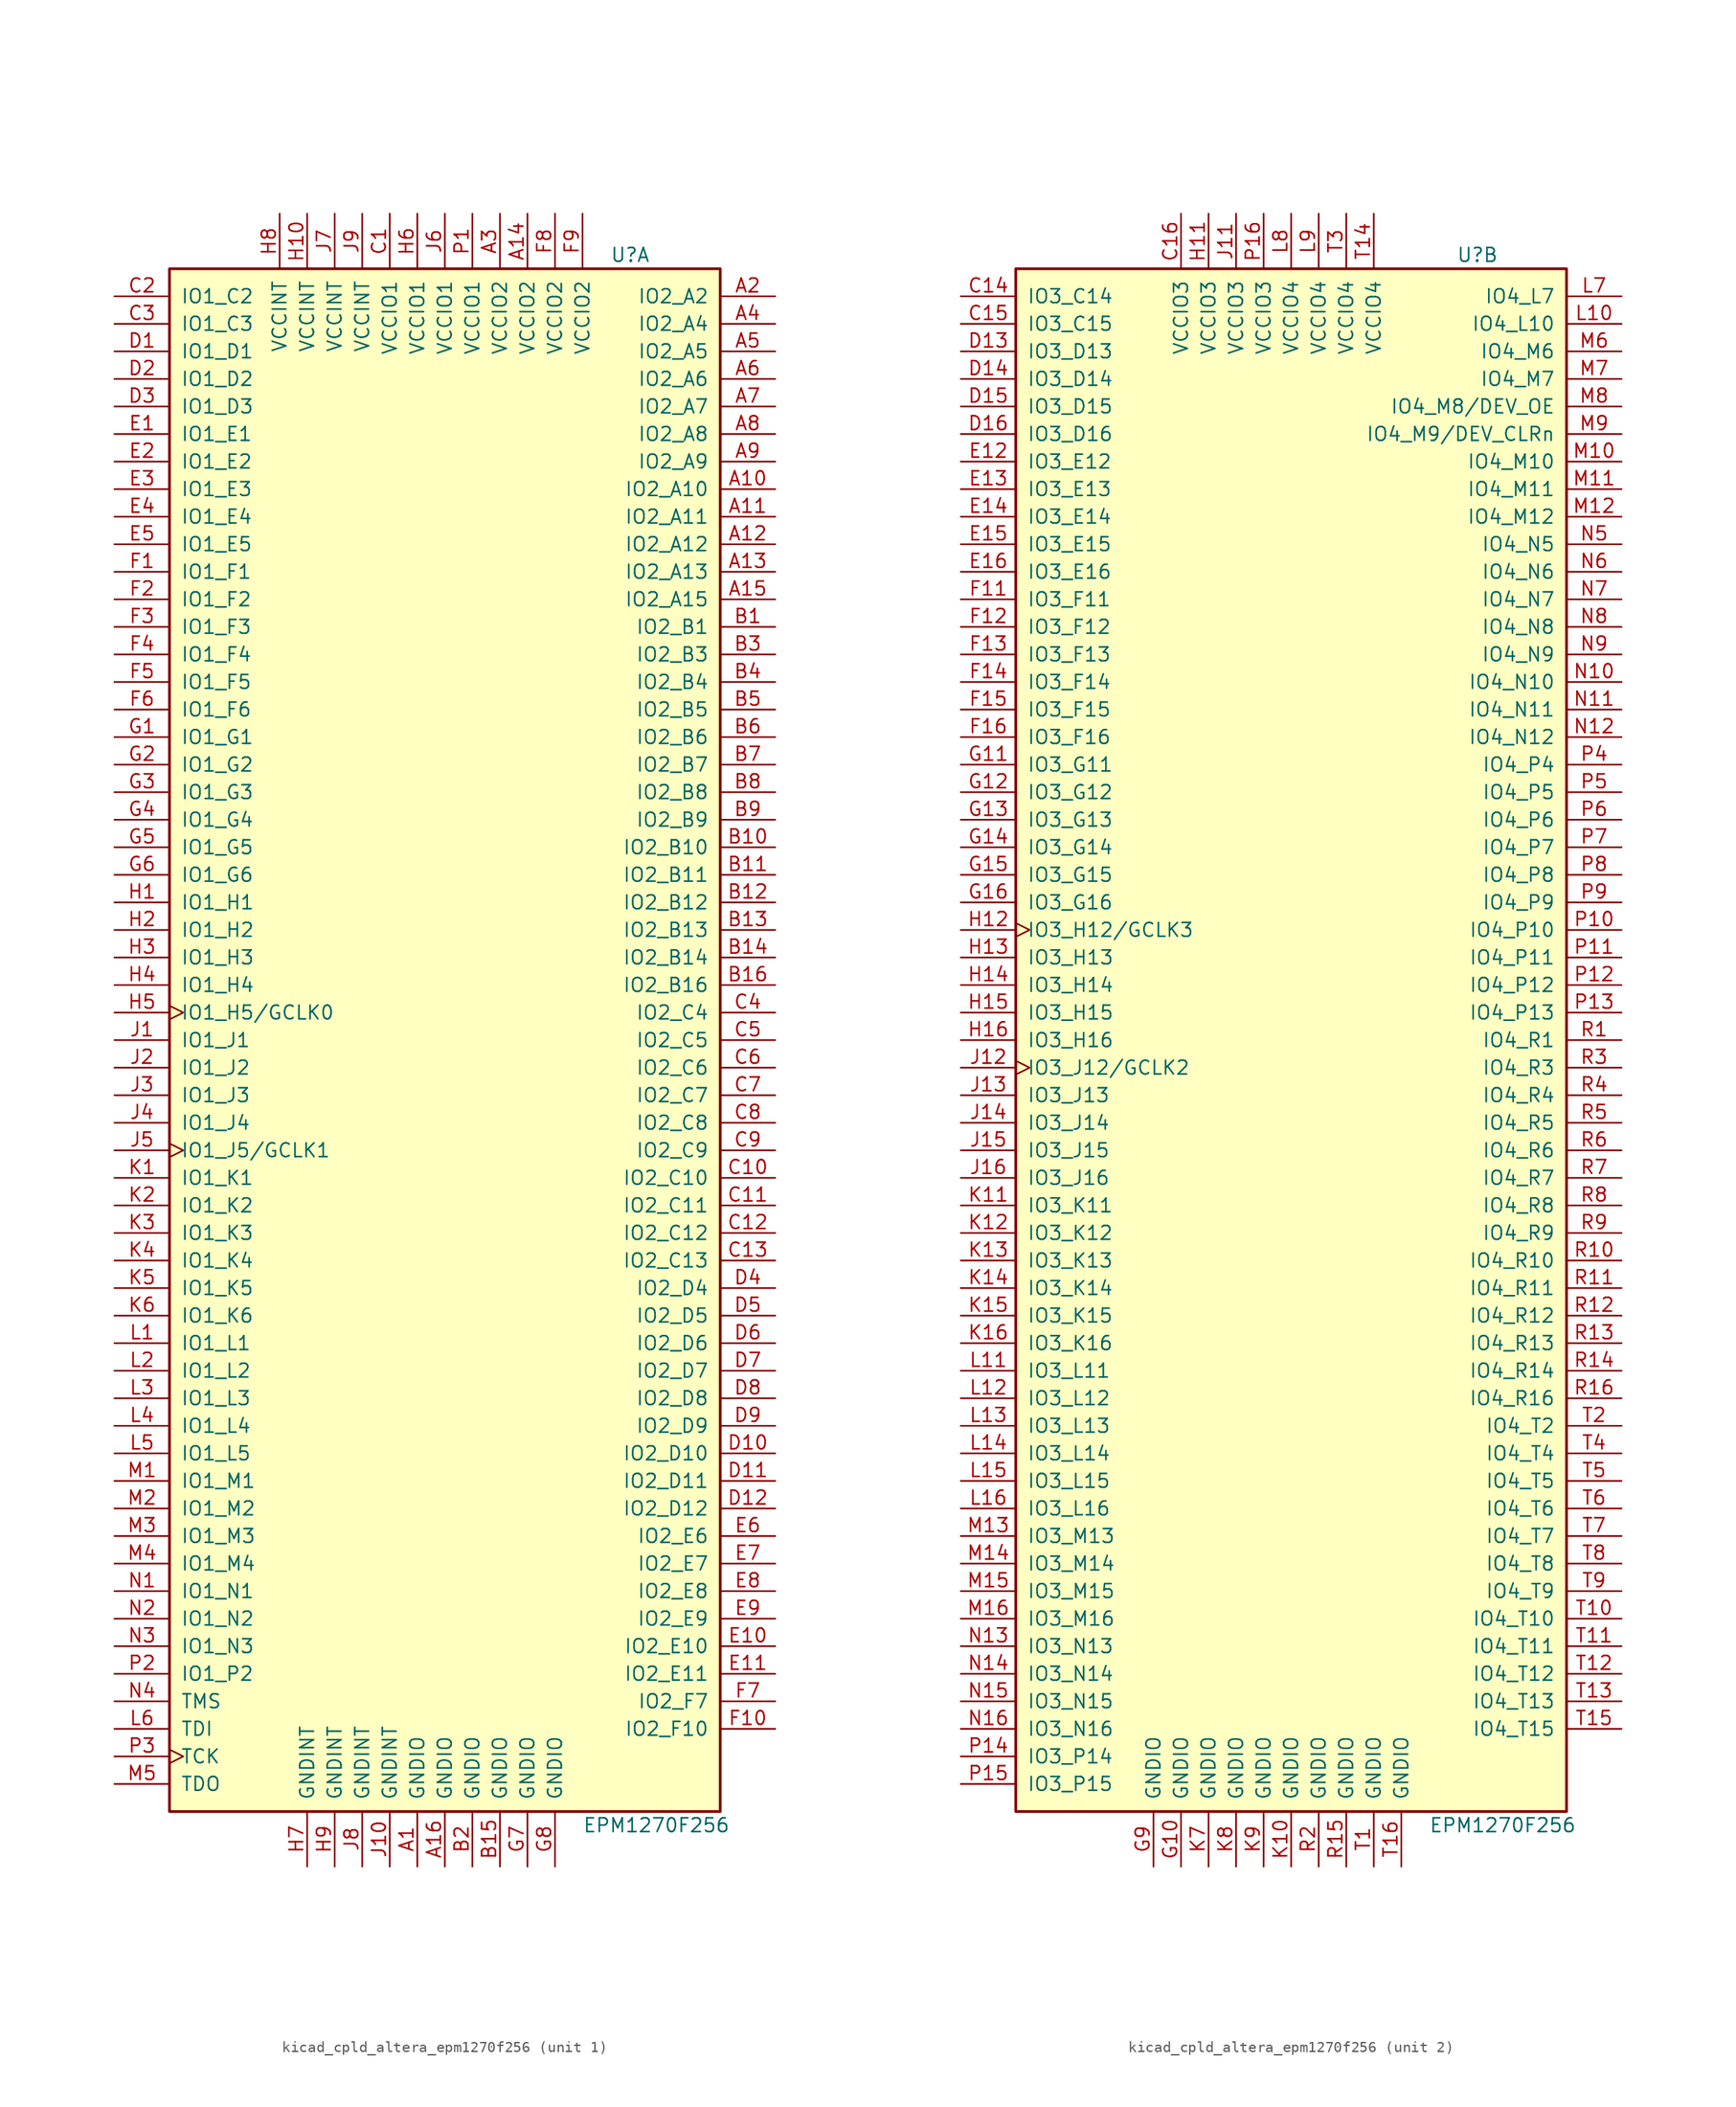
<source format=kicad_sym>
(kicad_symbol_lib
  (version 20220914)
  (generator kicad_symbol_editor)
  (symbol "kicad_cpld_altera_epm1270f256"
    (pin_names
      (offset 1.016))
    (property "Reference" "U"
      (at 15.24 72.39 0)
      (effects (font (size 1.27 1.27)) (justify left)))
    (property "Value" "EPM1270F256"
      (at 12.7 -72.39 0)
      (effects (font (size 1.27 1.27)) (justify left)))
    (property "ki_locked" ""
      (at 0 0 0)
      (effects (font (size 1.27 1.27))))
    (symbol "kicad_cpld_altera_epm1270f256_1_1"
      (rectangle (start -25.4 71.12) (end 25.4 -71.12) (stroke (width 0.254) (type default)) (fill (type background)))
      (pin power_in line (at -2.54 -76.2 90) (length 5.08) (name "GNDIO" (effects (font (size 1.27 1.27)))) (number "A1" (effects (font (size 1.27 1.27)))))
      (pin bidirectional line (at 30.48 50.8 180) (length 5.08) (name "IO2_A10" (effects (font (size 1.27 1.27)))) (number "A10" (effects (font (size 1.27 1.27)))))
      (pin bidirectional line (at 30.48 48.26 180) (length 5.08) (name "IO2_A11" (effects (font (size 1.27 1.27)))) (number "A11" (effects (font (size 1.27 1.27)))))
      (pin bidirectional line (at 30.48 45.72 180) (length 5.08) (name "IO2_A12" (effects (font (size 1.27 1.27)))) (number "A12" (effects (font (size 1.27 1.27)))))
      (pin bidirectional line (at 30.48 43.18 180) (length 5.08) (name "IO2_A13" (effects (font (size 1.27 1.27)))) (number "A13" (effects (font (size 1.27 1.27)))))
      (pin power_in line (at 7.62 76.2 270) (length 5.08) (name "VCCIO2" (effects (font (size 1.27 1.27)))) (number "A14" (effects (font (size 1.27 1.27)))))
      (pin bidirectional line (at 30.48 40.64 180) (length 5.08) (name "IO2_A15" (effects (font (size 1.27 1.27)))) (number "A15" (effects (font (size 1.27 1.27)))))
      (pin power_in line (at 0 -76.2 90) (length 5.08) (name "GNDIO" (effects (font (size 1.27 1.27)))) (number "A16" (effects (font (size 1.27 1.27)))))
      (pin bidirectional line (at 30.48 68.58 180) (length 5.08) (name "IO2_A2" (effects (font (size 1.27 1.27)))) (number "A2" (effects (font (size 1.27 1.27)))))
      (pin power_in line (at 5.08 76.2 270) (length 5.08) (name "VCCIO2" (effects (font (size 1.27 1.27)))) (number "A3" (effects (font (size 1.27 1.27)))))
      (pin bidirectional line (at 30.48 66.04 180) (length 5.08) (name "IO2_A4" (effects (font (size 1.27 1.27)))) (number "A4" (effects (font (size 1.27 1.27)))))
      (pin bidirectional line (at 30.48 63.5 180) (length 5.08) (name "IO2_A5" (effects (font (size 1.27 1.27)))) (number "A5" (effects (font (size 1.27 1.27)))))
      (pin bidirectional line (at 30.48 60.96 180) (length 5.08) (name "IO2_A6" (effects (font (size 1.27 1.27)))) (number "A6" (effects (font (size 1.27 1.27)))))
      (pin bidirectional line (at 30.48 58.42 180) (length 5.08) (name "IO2_A7" (effects (font (size 1.27 1.27)))) (number "A7" (effects (font (size 1.27 1.27)))))
      (pin bidirectional line (at 30.48 55.88 180) (length 5.08) (name "IO2_A8" (effects (font (size 1.27 1.27)))) (number "A8" (effects (font (size 1.27 1.27)))))
      (pin bidirectional line (at 30.48 53.34 180) (length 5.08) (name "IO2_A9" (effects (font (size 1.27 1.27)))) (number "A9" (effects (font (size 1.27 1.27)))))
      (pin bidirectional line (at 30.48 38.1 180) (length 5.08) (name "IO2_B1" (effects (font (size 1.27 1.27)))) (number "B1" (effects (font (size 1.27 1.27)))))
      (pin bidirectional line (at 30.48 17.78 180) (length 5.08) (name "IO2_B10" (effects (font (size 1.27 1.27)))) (number "B10" (effects (font (size 1.27 1.27)))))
      (pin bidirectional line (at 30.48 15.24 180) (length 5.08) (name "IO2_B11" (effects (font (size 1.27 1.27)))) (number "B11" (effects (font (size 1.27 1.27)))))
      (pin bidirectional line (at 30.48 12.7 180) (length 5.08) (name "IO2_B12" (effects (font (size 1.27 1.27)))) (number "B12" (effects (font (size 1.27 1.27)))))
      (pin bidirectional line (at 30.48 10.16 180) (length 5.08) (name "IO2_B13" (effects (font (size 1.27 1.27)))) (number "B13" (effects (font (size 1.27 1.27)))))
      (pin bidirectional line (at 30.48 7.62 180) (length 5.08) (name "IO2_B14" (effects (font (size 1.27 1.27)))) (number "B14" (effects (font (size 1.27 1.27)))))
      (pin power_in line (at 5.08 -76.2 90) (length 5.08) (name "GNDIO" (effects (font (size 1.27 1.27)))) (number "B15" (effects (font (size 1.27 1.27)))))
      (pin bidirectional line (at 30.48 5.08 180) (length 5.08) (name "IO2_B16" (effects (font (size 1.27 1.27)))) (number "B16" (effects (font (size 1.27 1.27)))))
      (pin power_in line (at 2.54 -76.2 90) (length 5.08) (name "GNDIO" (effects (font (size 1.27 1.27)))) (number "B2" (effects (font (size 1.27 1.27)))))
      (pin bidirectional line (at 30.48 35.56 180) (length 5.08) (name "IO2_B3" (effects (font (size 1.27 1.27)))) (number "B3" (effects (font (size 1.27 1.27)))))
      (pin bidirectional line (at 30.48 33.02 180) (length 5.08) (name "IO2_B4" (effects (font (size 1.27 1.27)))) (number "B4" (effects (font (size 1.27 1.27)))))
      (pin bidirectional line (at 30.48 30.48 180) (length 5.08) (name "IO2_B5" (effects (font (size 1.27 1.27)))) (number "B5" (effects (font (size 1.27 1.27)))))
      (pin bidirectional line (at 30.48 27.94 180) (length 5.08) (name "IO2_B6" (effects (font (size 1.27 1.27)))) (number "B6" (effects (font (size 1.27 1.27)))))
      (pin bidirectional line (at 30.48 25.4 180) (length 5.08) (name "IO2_B7" (effects (font (size 1.27 1.27)))) (number "B7" (effects (font (size 1.27 1.27)))))
      (pin bidirectional line (at 30.48 22.86 180) (length 5.08) (name "IO2_B8" (effects (font (size 1.27 1.27)))) (number "B8" (effects (font (size 1.27 1.27)))))
      (pin bidirectional line (at 30.48 20.32 180) (length 5.08) (name "IO2_B9" (effects (font (size 1.27 1.27)))) (number "B9" (effects (font (size 1.27 1.27)))))
      (pin power_in line (at -5.08 76.2 270) (length 5.08) (name "VCCIO1" (effects (font (size 1.27 1.27)))) (number "C1" (effects (font (size 1.27 1.27)))))
      (pin bidirectional line (at 30.48 -12.7 180) (length 5.08) (name "IO2_C10" (effects (font (size 1.27 1.27)))) (number "C10" (effects (font (size 1.27 1.27)))))
      (pin bidirectional line (at 30.48 -15.24 180) (length 5.08) (name "IO2_C11" (effects (font (size 1.27 1.27)))) (number "C11" (effects (font (size 1.27 1.27)))))
      (pin bidirectional line (at 30.48 -17.78 180) (length 5.08) (name "IO2_C12" (effects (font (size 1.27 1.27)))) (number "C12" (effects (font (size 1.27 1.27)))))
      (pin bidirectional line (at 30.48 -20.32 180) (length 5.08) (name "IO2_C13" (effects (font (size 1.27 1.27)))) (number "C13" (effects (font (size 1.27 1.27)))))
      (pin bidirectional line (at -30.48 68.58 0) (length 5.08) (name "IO1_C2" (effects (font (size 1.27 1.27)))) (number "C2" (effects (font (size 1.27 1.27)))))
      (pin bidirectional line (at -30.48 66.04 0) (length 5.08) (name "IO1_C3" (effects (font (size 1.27 1.27)))) (number "C3" (effects (font (size 1.27 1.27)))))
      (pin bidirectional line (at 30.48 2.54 180) (length 5.08) (name "IO2_C4" (effects (font (size 1.27 1.27)))) (number "C4" (effects (font (size 1.27 1.27)))))
      (pin bidirectional line (at 30.48 0 180) (length 5.08) (name "IO2_C5" (effects (font (size 1.27 1.27)))) (number "C5" (effects (font (size 1.27 1.27)))))
      (pin bidirectional line (at 30.48 -2.54 180) (length 5.08) (name "IO2_C6" (effects (font (size 1.27 1.27)))) (number "C6" (effects (font (size 1.27 1.27)))))
      (pin bidirectional line (at 30.48 -5.08 180) (length 5.08) (name "IO2_C7" (effects (font (size 1.27 1.27)))) (number "C7" (effects (font (size 1.27 1.27)))))
      (pin bidirectional line (at 30.48 -7.62 180) (length 5.08) (name "IO2_C8" (effects (font (size 1.27 1.27)))) (number "C8" (effects (font (size 1.27 1.27)))))
      (pin bidirectional line (at 30.48 -10.16 180) (length 5.08) (name "IO2_C9" (effects (font (size 1.27 1.27)))) (number "C9" (effects (font (size 1.27 1.27)))))
      (pin bidirectional line (at -30.48 63.5 0) (length 5.08) (name "IO1_D1" (effects (font (size 1.27 1.27)))) (number "D1" (effects (font (size 1.27 1.27)))))
      (pin bidirectional line (at 30.48 -38.1 180) (length 5.08) (name "IO2_D10" (effects (font (size 1.27 1.27)))) (number "D10" (effects (font (size 1.27 1.27)))))
      (pin bidirectional line (at 30.48 -40.64 180) (length 5.08) (name "IO2_D11" (effects (font (size 1.27 1.27)))) (number "D11" (effects (font (size 1.27 1.27)))))
      (pin bidirectional line (at 30.48 -43.18 180) (length 5.08) (name "IO2_D12" (effects (font (size 1.27 1.27)))) (number "D12" (effects (font (size 1.27 1.27)))))
      (pin bidirectional line (at -30.48 60.96 0) (length 5.08) (name "IO1_D2" (effects (font (size 1.27 1.27)))) (number "D2" (effects (font (size 1.27 1.27)))))
      (pin bidirectional line (at -30.48 58.42 0) (length 5.08) (name "IO1_D3" (effects (font (size 1.27 1.27)))) (number "D3" (effects (font (size 1.27 1.27)))))
      (pin bidirectional line (at 30.48 -22.86 180) (length 5.08) (name "IO2_D4" (effects (font (size 1.27 1.27)))) (number "D4" (effects (font (size 1.27 1.27)))))
      (pin bidirectional line (at 30.48 -25.4 180) (length 5.08) (name "IO2_D5" (effects (font (size 1.27 1.27)))) (number "D5" (effects (font (size 1.27 1.27)))))
      (pin bidirectional line (at 30.48 -27.94 180) (length 5.08) (name "IO2_D6" (effects (font (size 1.27 1.27)))) (number "D6" (effects (font (size 1.27 1.27)))))
      (pin bidirectional line (at 30.48 -30.48 180) (length 5.08) (name "IO2_D7" (effects (font (size 1.27 1.27)))) (number "D7" (effects (font (size 1.27 1.27)))))
      (pin bidirectional line (at 30.48 -33.02 180) (length 5.08) (name "IO2_D8" (effects (font (size 1.27 1.27)))) (number "D8" (effects (font (size 1.27 1.27)))))
      (pin bidirectional line (at 30.48 -35.56 180) (length 5.08) (name "IO2_D9" (effects (font (size 1.27 1.27)))) (number "D9" (effects (font (size 1.27 1.27)))))
      (pin bidirectional line (at -30.48 55.88 0) (length 5.08) (name "IO1_E1" (effects (font (size 1.27 1.27)))) (number "E1" (effects (font (size 1.27 1.27)))))
      (pin bidirectional line (at 30.48 -55.88 180) (length 5.08) (name "IO2_E10" (effects (font (size 1.27 1.27)))) (number "E10" (effects (font (size 1.27 1.27)))))
      (pin bidirectional line (at 30.48 -58.42 180) (length 5.08) (name "IO2_E11" (effects (font (size 1.27 1.27)))) (number "E11" (effects (font (size 1.27 1.27)))))
      (pin bidirectional line (at -30.48 53.34 0) (length 5.08) (name "IO1_E2" (effects (font (size 1.27 1.27)))) (number "E2" (effects (font (size 1.27 1.27)))))
      (pin bidirectional line (at -30.48 50.8 0) (length 5.08) (name "IO1_E3" (effects (font (size 1.27 1.27)))) (number "E3" (effects (font (size 1.27 1.27)))))
      (pin bidirectional line (at -30.48 48.26 0) (length 5.08) (name "IO1_E4" (effects (font (size 1.27 1.27)))) (number "E4" (effects (font (size 1.27 1.27)))))
      (pin bidirectional line (at -30.48 45.72 0) (length 5.08) (name "IO1_E5" (effects (font (size 1.27 1.27)))) (number "E5" (effects (font (size 1.27 1.27)))))
      (pin bidirectional line (at 30.48 -45.72 180) (length 5.08) (name "IO2_E6" (effects (font (size 1.27 1.27)))) (number "E6" (effects (font (size 1.27 1.27)))))
      (pin bidirectional line (at 30.48 -48.26 180) (length 5.08) (name "IO2_E7" (effects (font (size 1.27 1.27)))) (number "E7" (effects (font (size 1.27 1.27)))))
      (pin bidirectional line (at 30.48 -50.8 180) (length 5.08) (name "IO2_E8" (effects (font (size 1.27 1.27)))) (number "E8" (effects (font (size 1.27 1.27)))))
      (pin bidirectional line (at 30.48 -53.34 180) (length 5.08) (name "IO2_E9" (effects (font (size 1.27 1.27)))) (number "E9" (effects (font (size 1.27 1.27)))))
      (pin bidirectional line (at -30.48 43.18 0) (length 5.08) (name "IO1_F1" (effects (font (size 1.27 1.27)))) (number "F1" (effects (font (size 1.27 1.27)))))
      (pin bidirectional line (at 30.48 -63.5 180) (length 5.08) (name "IO2_F10" (effects (font (size 1.27 1.27)))) (number "F10" (effects (font (size 1.27 1.27)))))
      (pin bidirectional line (at -30.48 40.64 0) (length 5.08) (name "IO1_F2" (effects (font (size 1.27 1.27)))) (number "F2" (effects (font (size 1.27 1.27)))))
      (pin bidirectional line (at -30.48 38.1 0) (length 5.08) (name "IO1_F3" (effects (font (size 1.27 1.27)))) (number "F3" (effects (font (size 1.27 1.27)))))
      (pin bidirectional line (at -30.48 35.56 0) (length 5.08) (name "IO1_F4" (effects (font (size 1.27 1.27)))) (number "F4" (effects (font (size 1.27 1.27)))))
      (pin bidirectional line (at -30.48 33.02 0) (length 5.08) (name "IO1_F5" (effects (font (size 1.27 1.27)))) (number "F5" (effects (font (size 1.27 1.27)))))
      (pin bidirectional line (at -30.48 30.48 0) (length 5.08) (name "IO1_F6" (effects (font (size 1.27 1.27)))) (number "F6" (effects (font (size 1.27 1.27)))))
      (pin bidirectional line (at 30.48 -60.96 180) (length 5.08) (name "IO2_F7" (effects (font (size 1.27 1.27)))) (number "F7" (effects (font (size 1.27 1.27)))))
      (pin power_in line (at 10.16 76.2 270) (length 5.08) (name "VCCIO2" (effects (font (size 1.27 1.27)))) (number "F8" (effects (font (size 1.27 1.27)))))
      (pin power_in line (at 12.7 76.2 270) (length 5.08) (name "VCCIO2" (effects (font (size 1.27 1.27)))) (number "F9" (effects (font (size 1.27 1.27)))))
      (pin bidirectional line (at -30.48 27.94 0) (length 5.08) (name "IO1_G1" (effects (font (size 1.27 1.27)))) (number "G1" (effects (font (size 1.27 1.27)))))
      (pin bidirectional line (at -30.48 25.4 0) (length 5.08) (name "IO1_G2" (effects (font (size 1.27 1.27)))) (number "G2" (effects (font (size 1.27 1.27)))))
      (pin bidirectional line (at -30.48 22.86 0) (length 5.08) (name "IO1_G3" (effects (font (size 1.27 1.27)))) (number "G3" (effects (font (size 1.27 1.27)))))
      (pin bidirectional line (at -30.48 20.32 0) (length 5.08) (name "IO1_G4" (effects (font (size 1.27 1.27)))) (number "G4" (effects (font (size 1.27 1.27)))))
      (pin bidirectional line (at -30.48 17.78 0) (length 5.08) (name "IO1_G5" (effects (font (size 1.27 1.27)))) (number "G5" (effects (font (size 1.27 1.27)))))
      (pin bidirectional line (at -30.48 15.24 0) (length 5.08) (name "IO1_G6" (effects (font (size 1.27 1.27)))) (number "G6" (effects (font (size 1.27 1.27)))))
      (pin power_in line (at 7.62 -76.2 90) (length 5.08) (name "GNDIO" (effects (font (size 1.27 1.27)))) (number "G7" (effects (font (size 1.27 1.27)))))
      (pin power_in line (at 10.16 -76.2 90) (length 5.08) (name "GNDIO" (effects (font (size 1.27 1.27)))) (number "G8" (effects (font (size 1.27 1.27)))))
      (pin bidirectional line (at -30.48 12.7 0) (length 5.08) (name "IO1_H1" (effects (font (size 1.27 1.27)))) (number "H1" (effects (font (size 1.27 1.27)))))
      (pin power_in line (at -12.7 76.2 270) (length 5.08) (name "VCCINT" (effects (font (size 1.27 1.27)))) (number "H10" (effects (font (size 1.27 1.27)))))
      (pin bidirectional line (at -30.48 10.16 0) (length 5.08) (name "IO1_H2" (effects (font (size 1.27 1.27)))) (number "H2" (effects (font (size 1.27 1.27)))))
      (pin bidirectional line (at -30.48 7.62 0) (length 5.08) (name "IO1_H3" (effects (font (size 1.27 1.27)))) (number "H3" (effects (font (size 1.27 1.27)))))
      (pin bidirectional line (at -30.48 5.08 0) (length 5.08) (name "IO1_H4" (effects (font (size 1.27 1.27)))) (number "H4" (effects (font (size 1.27 1.27)))))
      (pin bidirectional clock (at -30.48 2.54 0) (length 5.08) (name "IO1_H5/GCLK0" (effects (font (size 1.27 1.27)))) (number "H5" (effects (font (size 1.27 1.27)))))
      (pin power_in line (at -2.54 76.2 270) (length 5.08) (name "VCCIO1" (effects (font (size 1.27 1.27)))) (number "H6" (effects (font (size 1.27 1.27)))))
      (pin power_in line (at -12.7 -76.2 90) (length 5.08) (name "GNDINT" (effects (font (size 1.27 1.27)))) (number "H7" (effects (font (size 1.27 1.27)))))
      (pin power_in line (at -15.24 76.2 270) (length 5.08) (name "VCCINT" (effects (font (size 1.27 1.27)))) (number "H8" (effects (font (size 1.27 1.27)))))
      (pin power_in line (at -10.16 -76.2 90) (length 5.08) (name "GNDINT" (effects (font (size 1.27 1.27)))) (number "H9" (effects (font (size 1.27 1.27)))))
      (pin bidirectional line (at -30.48 0 0) (length 5.08) (name "IO1_J1" (effects (font (size 1.27 1.27)))) (number "J1" (effects (font (size 1.27 1.27)))))
      (pin power_in line (at -5.08 -76.2 90) (length 5.08) (name "GNDINT" (effects (font (size 1.27 1.27)))) (number "J10" (effects (font (size 1.27 1.27)))))
      (pin bidirectional line (at -30.48 -2.54 0) (length 5.08) (name "IO1_J2" (effects (font (size 1.27 1.27)))) (number "J2" (effects (font (size 1.27 1.27)))))
      (pin bidirectional line (at -30.48 -5.08 0) (length 5.08) (name "IO1_J3" (effects (font (size 1.27 1.27)))) (number "J3" (effects (font (size 1.27 1.27)))))
      (pin bidirectional line (at -30.48 -7.62 0) (length 5.08) (name "IO1_J4" (effects (font (size 1.27 1.27)))) (number "J4" (effects (font (size 1.27 1.27)))))
      (pin bidirectional clock (at -30.48 -10.16 0) (length 5.08) (name "IO1_J5/GCLK1" (effects (font (size 1.27 1.27)))) (number "J5" (effects (font (size 1.27 1.27)))))
      (pin power_in line (at 0 76.2 270) (length 5.08) (name "VCCIO1" (effects (font (size 1.27 1.27)))) (number "J6" (effects (font (size 1.27 1.27)))))
      (pin power_in line (at -10.16 76.2 270) (length 5.08) (name "VCCINT" (effects (font (size 1.27 1.27)))) (number "J7" (effects (font (size 1.27 1.27)))))
      (pin power_in line (at -7.62 -76.2 90) (length 5.08) (name "GNDINT" (effects (font (size 1.27 1.27)))) (number "J8" (effects (font (size 1.27 1.27)))))
      (pin power_in line (at -7.62 76.2 270) (length 5.08) (name "VCCINT" (effects (font (size 1.27 1.27)))) (number "J9" (effects (font (size 1.27 1.27)))))
      (pin bidirectional line (at -30.48 -12.7 0) (length 5.08) (name "IO1_K1" (effects (font (size 1.27 1.27)))) (number "K1" (effects (font (size 1.27 1.27)))))
      (pin bidirectional line (at -30.48 -15.24 0) (length 5.08) (name "IO1_K2" (effects (font (size 1.27 1.27)))) (number "K2" (effects (font (size 1.27 1.27)))))
      (pin bidirectional line (at -30.48 -17.78 0) (length 5.08) (name "IO1_K3" (effects (font (size 1.27 1.27)))) (number "K3" (effects (font (size 1.27 1.27)))))
      (pin bidirectional line (at -30.48 -20.32 0) (length 5.08) (name "IO1_K4" (effects (font (size 1.27 1.27)))) (number "K4" (effects (font (size 1.27 1.27)))))
      (pin bidirectional line (at -30.48 -22.86 0) (length 5.08) (name "IO1_K5" (effects (font (size 1.27 1.27)))) (number "K5" (effects (font (size 1.27 1.27)))))
      (pin bidirectional line (at -30.48 -25.4 0) (length 5.08) (name "IO1_K6" (effects (font (size 1.27 1.27)))) (number "K6" (effects (font (size 1.27 1.27)))))
      (pin bidirectional line (at -30.48 -27.94 0) (length 5.08) (name "IO1_L1" (effects (font (size 1.27 1.27)))) (number "L1" (effects (font (size 1.27 1.27)))))
      (pin bidirectional line (at -30.48 -30.48 0) (length 5.08) (name "IO1_L2" (effects (font (size 1.27 1.27)))) (number "L2" (effects (font (size 1.27 1.27)))))
      (pin bidirectional line (at -30.48 -33.02 0) (length 5.08) (name "IO1_L3" (effects (font (size 1.27 1.27)))) (number "L3" (effects (font (size 1.27 1.27)))))
      (pin bidirectional line (at -30.48 -35.56 0) (length 5.08) (name "IO1_L4" (effects (font (size 1.27 1.27)))) (number "L4" (effects (font (size 1.27 1.27)))))
      (pin bidirectional line (at -30.48 -38.1 0) (length 5.08) (name "IO1_L5" (effects (font (size 1.27 1.27)))) (number "L5" (effects (font (size 1.27 1.27)))))
      (pin input line (at -30.48 -63.5 0) (length 5.08) (name "TDI" (effects (font (size 1.27 1.27)))) (number "L6" (effects (font (size 1.27 1.27)))))
      (pin bidirectional line (at -30.48 -40.64 0) (length 5.08) (name "IO1_M1" (effects (font (size 1.27 1.27)))) (number "M1" (effects (font (size 1.27 1.27)))))
      (pin bidirectional line (at -30.48 -43.18 0) (length 5.08) (name "IO1_M2" (effects (font (size 1.27 1.27)))) (number "M2" (effects (font (size 1.27 1.27)))))
      (pin bidirectional line (at -30.48 -45.72 0) (length 5.08) (name "IO1_M3" (effects (font (size 1.27 1.27)))) (number "M3" (effects (font (size 1.27 1.27)))))
      (pin bidirectional line (at -30.48 -48.26 0) (length 5.08) (name "IO1_M4" (effects (font (size 1.27 1.27)))) (number "M4" (effects (font (size 1.27 1.27)))))
      (pin output line (at -30.48 -68.58 0) (length 5.08) (name "TDO" (effects (font (size 1.27 1.27)))) (number "M5" (effects (font (size 1.27 1.27)))))
      (pin bidirectional line (at -30.48 -50.8 0) (length 5.08) (name "IO1_N1" (effects (font (size 1.27 1.27)))) (number "N1" (effects (font (size 1.27 1.27)))))
      (pin bidirectional line (at -30.48 -53.34 0) (length 5.08) (name "IO1_N2" (effects (font (size 1.27 1.27)))) (number "N2" (effects (font (size 1.27 1.27)))))
      (pin bidirectional line (at -30.48 -55.88 0) (length 5.08) (name "IO1_N3" (effects (font (size 1.27 1.27)))) (number "N3" (effects (font (size 1.27 1.27)))))
      (pin input line (at -30.48 -60.96 0) (length 5.08) (name "TMS" (effects (font (size 1.27 1.27)))) (number "N4" (effects (font (size 1.27 1.27)))))
      (pin power_in line (at 2.54 76.2 270) (length 5.08) (name "VCCIO1" (effects (font (size 1.27 1.27)))) (number "P1" (effects (font (size 1.27 1.27)))))
      (pin bidirectional line (at -30.48 -58.42 0) (length 5.08) (name "IO1_P2" (effects (font (size 1.27 1.27)))) (number "P2" (effects (font (size 1.27 1.27)))))
      (pin input clock (at -30.48 -66.04 0) (length 5.08) (name "TCK" (effects (font (size 1.27 1.27)))) (number "P3" (effects (font (size 1.27 1.27))))))
    (symbol "kicad_cpld_altera_epm1270f256_2_1"
      (rectangle (start -25.4 71.12) (end 25.4 -71.12) (stroke (width 0.254) (type default)) (fill (type background)))
      (pin bidirectional line (at -30.48 68.58 0) (length 5.08) (name "IO3_C14" (effects (font (size 1.27 1.27)))) (number "C14" (effects (font (size 1.27 1.27)))))
      (pin bidirectional line (at -30.48 66.04 0) (length 5.08) (name "IO3_C15" (effects (font (size 1.27 1.27)))) (number "C15" (effects (font (size 1.27 1.27)))))
      (pin power_in line (at -10.16 76.2 270) (length 5.08) (name "VCCIO3" (effects (font (size 1.27 1.27)))) (number "C16" (effects (font (size 1.27 1.27)))))
      (pin bidirectional line (at -30.48 63.5 0) (length 5.08) (name "IO3_D13" (effects (font (size 1.27 1.27)))) (number "D13" (effects (font (size 1.27 1.27)))))
      (pin bidirectional line (at -30.48 60.96 0) (length 5.08) (name "IO3_D14" (effects (font (size 1.27 1.27)))) (number "D14" (effects (font (size 1.27 1.27)))))
      (pin bidirectional line (at -30.48 58.42 0) (length 5.08) (name "IO3_D15" (effects (font (size 1.27 1.27)))) (number "D15" (effects (font (size 1.27 1.27)))))
      (pin bidirectional line (at -30.48 55.88 0) (length 5.08) (name "IO3_D16" (effects (font (size 1.27 1.27)))) (number "D16" (effects (font (size 1.27 1.27)))))
      (pin bidirectional line (at -30.48 53.34 0) (length 5.08) (name "IO3_E12" (effects (font (size 1.27 1.27)))) (number "E12" (effects (font (size 1.27 1.27)))))
      (pin bidirectional line (at -30.48 50.8 0) (length 5.08) (name "IO3_E13" (effects (font (size 1.27 1.27)))) (number "E13" (effects (font (size 1.27 1.27)))))
      (pin bidirectional line (at -30.48 48.26 0) (length 5.08) (name "IO3_E14" (effects (font (size 1.27 1.27)))) (number "E14" (effects (font (size 1.27 1.27)))))
      (pin bidirectional line (at -30.48 45.72 0) (length 5.08) (name "IO3_E15" (effects (font (size 1.27 1.27)))) (number "E15" (effects (font (size 1.27 1.27)))))
      (pin bidirectional line (at -30.48 43.18 0) (length 5.08) (name "IO3_E16" (effects (font (size 1.27 1.27)))) (number "E16" (effects (font (size 1.27 1.27)))))
      (pin bidirectional line (at -30.48 40.64 0) (length 5.08) (name "IO3_F11" (effects (font (size 1.27 1.27)))) (number "F11" (effects (font (size 1.27 1.27)))))
      (pin bidirectional line (at -30.48 38.1 0) (length 5.08) (name "IO3_F12" (effects (font (size 1.27 1.27)))) (number "F12" (effects (font (size 1.27 1.27)))))
      (pin bidirectional line (at -30.48 35.56 0) (length 5.08) (name "IO3_F13" (effects (font (size 1.27 1.27)))) (number "F13" (effects (font (size 1.27 1.27)))))
      (pin bidirectional line (at -30.48 33.02 0) (length 5.08) (name "IO3_F14" (effects (font (size 1.27 1.27)))) (number "F14" (effects (font (size 1.27 1.27)))))
      (pin bidirectional line (at -30.48 30.48 0) (length 5.08) (name "IO3_F15" (effects (font (size 1.27 1.27)))) (number "F15" (effects (font (size 1.27 1.27)))))
      (pin bidirectional line (at -30.48 27.94 0) (length 5.08) (name "IO3_F16" (effects (font (size 1.27 1.27)))) (number "F16" (effects (font (size 1.27 1.27)))))
      (pin power_in line (at -10.16 -76.2 90) (length 5.08) (name "GNDIO" (effects (font (size 1.27 1.27)))) (number "G10" (effects (font (size 1.27 1.27)))))
      (pin bidirectional line (at -30.48 25.4 0) (length 5.08) (name "IO3_G11" (effects (font (size 1.27 1.27)))) (number "G11" (effects (font (size 1.27 1.27)))))
      (pin bidirectional line (at -30.48 22.86 0) (length 5.08) (name "IO3_G12" (effects (font (size 1.27 1.27)))) (number "G12" (effects (font (size 1.27 1.27)))))
      (pin bidirectional line (at -30.48 20.32 0) (length 5.08) (name "IO3_G13" (effects (font (size 1.27 1.27)))) (number "G13" (effects (font (size 1.27 1.27)))))
      (pin bidirectional line (at -30.48 17.78 0) (length 5.08) (name "IO3_G14" (effects (font (size 1.27 1.27)))) (number "G14" (effects (font (size 1.27 1.27)))))
      (pin bidirectional line (at -30.48 15.24 0) (length 5.08) (name "IO3_G15" (effects (font (size 1.27 1.27)))) (number "G15" (effects (font (size 1.27 1.27)))))
      (pin bidirectional line (at -30.48 12.7 0) (length 5.08) (name "IO3_G16" (effects (font (size 1.27 1.27)))) (number "G16" (effects (font (size 1.27 1.27)))))
      (pin power_in line (at -12.7 -76.2 90) (length 5.08) (name "GNDIO" (effects (font (size 1.27 1.27)))) (number "G9" (effects (font (size 1.27 1.27)))))
      (pin power_in line (at -7.62 76.2 270) (length 5.08) (name "VCCIO3" (effects (font (size 1.27 1.27)))) (number "H11" (effects (font (size 1.27 1.27)))))
      (pin bidirectional clock (at -30.48 10.16 0) (length 5.08) (name "IO3_H12/GCLK3" (effects (font (size 1.27 1.27)))) (number "H12" (effects (font (size 1.27 1.27)))))
      (pin bidirectional line (at -30.48 7.62 0) (length 5.08) (name "IO3_H13" (effects (font (size 1.27 1.27)))) (number "H13" (effects (font (size 1.27 1.27)))))
      (pin bidirectional line (at -30.48 5.08 0) (length 5.08) (name "IO3_H14" (effects (font (size 1.27 1.27)))) (number "H14" (effects (font (size 1.27 1.27)))))
      (pin bidirectional line (at -30.48 2.54 0) (length 5.08) (name "IO3_H15" (effects (font (size 1.27 1.27)))) (number "H15" (effects (font (size 1.27 1.27)))))
      (pin bidirectional line (at -30.48 0 0) (length 5.08) (name "IO3_H16" (effects (font (size 1.27 1.27)))) (number "H16" (effects (font (size 1.27 1.27)))))
      (pin power_in line (at -5.08 76.2 270) (length 5.08) (name "VCCIO3" (effects (font (size 1.27 1.27)))) (number "J11" (effects (font (size 1.27 1.27)))))
      (pin bidirectional clock (at -30.48 -2.54 0) (length 5.08) (name "IO3_J12/GCLK2" (effects (font (size 1.27 1.27)))) (number "J12" (effects (font (size 1.27 1.27)))))
      (pin bidirectional line (at -30.48 -5.08 0) (length 5.08) (name "IO3_J13" (effects (font (size 1.27 1.27)))) (number "J13" (effects (font (size 1.27 1.27)))))
      (pin bidirectional line (at -30.48 -7.62 0) (length 5.08) (name "IO3_J14" (effects (font (size 1.27 1.27)))) (number "J14" (effects (font (size 1.27 1.27)))))
      (pin bidirectional line (at -30.48 -10.16 0) (length 5.08) (name "IO3_J15" (effects (font (size 1.27 1.27)))) (number "J15" (effects (font (size 1.27 1.27)))))
      (pin bidirectional line (at -30.48 -12.7 0) (length 5.08) (name "IO3_J16" (effects (font (size 1.27 1.27)))) (number "J16" (effects (font (size 1.27 1.27)))))
      (pin power_in line (at 0 -76.2 90) (length 5.08) (name "GNDIO" (effects (font (size 1.27 1.27)))) (number "K10" (effects (font (size 1.27 1.27)))))
      (pin bidirectional line (at -30.48 -15.24 0) (length 5.08) (name "IO3_K11" (effects (font (size 1.27 1.27)))) (number "K11" (effects (font (size 1.27 1.27)))))
      (pin bidirectional line (at -30.48 -17.78 0) (length 5.08) (name "IO3_K12" (effects (font (size 1.27 1.27)))) (number "K12" (effects (font (size 1.27 1.27)))))
      (pin bidirectional line (at -30.48 -20.32 0) (length 5.08) (name "IO3_K13" (effects (font (size 1.27 1.27)))) (number "K13" (effects (font (size 1.27 1.27)))))
      (pin bidirectional line (at -30.48 -22.86 0) (length 5.08) (name "IO3_K14" (effects (font (size 1.27 1.27)))) (number "K14" (effects (font (size 1.27 1.27)))))
      (pin bidirectional line (at -30.48 -25.4 0) (length 5.08) (name "IO3_K15" (effects (font (size 1.27 1.27)))) (number "K15" (effects (font (size 1.27 1.27)))))
      (pin bidirectional line (at -30.48 -27.94 0) (length 5.08) (name "IO3_K16" (effects (font (size 1.27 1.27)))) (number "K16" (effects (font (size 1.27 1.27)))))
      (pin power_in line (at -7.62 -76.2 90) (length 5.08) (name "GNDIO" (effects (font (size 1.27 1.27)))) (number "K7" (effects (font (size 1.27 1.27)))))
      (pin power_in line (at -5.08 -76.2 90) (length 5.08) (name "GNDIO" (effects (font (size 1.27 1.27)))) (number "K8" (effects (font (size 1.27 1.27)))))
      (pin power_in line (at -2.54 -76.2 90) (length 5.08) (name "GNDIO" (effects (font (size 1.27 1.27)))) (number "K9" (effects (font (size 1.27 1.27)))))
      (pin bidirectional line (at 30.48 66.04 180) (length 5.08) (name "IO4_L10" (effects (font (size 1.27 1.27)))) (number "L10" (effects (font (size 1.27 1.27)))))
      (pin bidirectional line (at -30.48 -30.48 0) (length 5.08) (name "IO3_L11" (effects (font (size 1.27 1.27)))) (number "L11" (effects (font (size 1.27 1.27)))))
      (pin bidirectional line (at -30.48 -33.02 0) (length 5.08) (name "IO3_L12" (effects (font (size 1.27 1.27)))) (number "L12" (effects (font (size 1.27 1.27)))))
      (pin bidirectional line (at -30.48 -35.56 0) (length 5.08) (name "IO3_L13" (effects (font (size 1.27 1.27)))) (number "L13" (effects (font (size 1.27 1.27)))))
      (pin bidirectional line (at -30.48 -38.1 0) (length 5.08) (name "IO3_L14" (effects (font (size 1.27 1.27)))) (number "L14" (effects (font (size 1.27 1.27)))))
      (pin bidirectional line (at -30.48 -40.64 0) (length 5.08) (name "IO3_L15" (effects (font (size 1.27 1.27)))) (number "L15" (effects (font (size 1.27 1.27)))))
      (pin bidirectional line (at -30.48 -43.18 0) (length 5.08) (name "IO3_L16" (effects (font (size 1.27 1.27)))) (number "L16" (effects (font (size 1.27 1.27)))))
      (pin bidirectional line (at 30.48 68.58 180) (length 5.08) (name "IO4_L7" (effects (font (size 1.27 1.27)))) (number "L7" (effects (font (size 1.27 1.27)))))
      (pin power_in line (at 0 76.2 270) (length 5.08) (name "VCCIO4" (effects (font (size 1.27 1.27)))) (number "L8" (effects (font (size 1.27 1.27)))))
      (pin power_in line (at 2.54 76.2 270) (length 5.08) (name "VCCIO4" (effects (font (size 1.27 1.27)))) (number "L9" (effects (font (size 1.27 1.27)))))
      (pin bidirectional line (at 30.48 53.34 180) (length 5.08) (name "IO4_M10" (effects (font (size 1.27 1.27)))) (number "M10" (effects (font (size 1.27 1.27)))))
      (pin bidirectional line (at 30.48 50.8 180) (length 5.08) (name "IO4_M11" (effects (font (size 1.27 1.27)))) (number "M11" (effects (font (size 1.27 1.27)))))
      (pin bidirectional line (at 30.48 48.26 180) (length 5.08) (name "IO4_M12" (effects (font (size 1.27 1.27)))) (number "M12" (effects (font (size 1.27 1.27)))))
      (pin bidirectional line (at -30.48 -45.72 0) (length 5.08) (name "IO3_M13" (effects (font (size 1.27 1.27)))) (number "M13" (effects (font (size 1.27 1.27)))))
      (pin bidirectional line (at -30.48 -48.26 0) (length 5.08) (name "IO3_M14" (effects (font (size 1.27 1.27)))) (number "M14" (effects (font (size 1.27 1.27)))))
      (pin bidirectional line (at -30.48 -50.8 0) (length 5.08) (name "IO3_M15" (effects (font (size 1.27 1.27)))) (number "M15" (effects (font (size 1.27 1.27)))))
      (pin bidirectional line (at -30.48 -53.34 0) (length 5.08) (name "IO3_M16" (effects (font (size 1.27 1.27)))) (number "M16" (effects (font (size 1.27 1.27)))))
      (pin bidirectional line (at 30.48 63.5 180) (length 5.08) (name "IO4_M6" (effects (font (size 1.27 1.27)))) (number "M6" (effects (font (size 1.27 1.27)))))
      (pin bidirectional line (at 30.48 60.96 180) (length 5.08) (name "IO4_M7" (effects (font (size 1.27 1.27)))) (number "M7" (effects (font (size 1.27 1.27)))))
      (pin bidirectional line (at 30.48 58.42 180) (length 5.08) (name "IO4_M8/DEV_OE" (effects (font (size 1.27 1.27)))) (number "M8" (effects (font (size 1.27 1.27)))))
      (pin bidirectional line (at 30.48 55.88 180) (length 5.08) (name "IO4_M9/DEV_CLRn" (effects (font (size 1.27 1.27)))) (number "M9" (effects (font (size 1.27 1.27)))))
      (pin bidirectional line (at 30.48 33.02 180) (length 5.08) (name "IO4_N10" (effects (font (size 1.27 1.27)))) (number "N10" (effects (font (size 1.27 1.27)))))
      (pin bidirectional line (at 30.48 30.48 180) (length 5.08) (name "IO4_N11" (effects (font (size 1.27 1.27)))) (number "N11" (effects (font (size 1.27 1.27)))))
      (pin bidirectional line (at 30.48 27.94 180) (length 5.08) (name "IO4_N12" (effects (font (size 1.27 1.27)))) (number "N12" (effects (font (size 1.27 1.27)))))
      (pin bidirectional line (at -30.48 -55.88 0) (length 5.08) (name "IO3_N13" (effects (font (size 1.27 1.27)))) (number "N13" (effects (font (size 1.27 1.27)))))
      (pin bidirectional line (at -30.48 -58.42 0) (length 5.08) (name "IO3_N14" (effects (font (size 1.27 1.27)))) (number "N14" (effects (font (size 1.27 1.27)))))
      (pin bidirectional line (at -30.48 -60.96 0) (length 5.08) (name "IO3_N15" (effects (font (size 1.27 1.27)))) (number "N15" (effects (font (size 1.27 1.27)))))
      (pin bidirectional line (at -30.48 -63.5 0) (length 5.08) (name "IO3_N16" (effects (font (size 1.27 1.27)))) (number "N16" (effects (font (size 1.27 1.27)))))
      (pin bidirectional line (at 30.48 45.72 180) (length 5.08) (name "IO4_N5" (effects (font (size 1.27 1.27)))) (number "N5" (effects (font (size 1.27 1.27)))))
      (pin bidirectional line (at 30.48 43.18 180) (length 5.08) (name "IO4_N6" (effects (font (size 1.27 1.27)))) (number "N6" (effects (font (size 1.27 1.27)))))
      (pin bidirectional line (at 30.48 40.64 180) (length 5.08) (name "IO4_N7" (effects (font (size 1.27 1.27)))) (number "N7" (effects (font (size 1.27 1.27)))))
      (pin bidirectional line (at 30.48 38.1 180) (length 5.08) (name "IO4_N8" (effects (font (size 1.27 1.27)))) (number "N8" (effects (font (size 1.27 1.27)))))
      (pin bidirectional line (at 30.48 35.56 180) (length 5.08) (name "IO4_N9" (effects (font (size 1.27 1.27)))) (number "N9" (effects (font (size 1.27 1.27)))))
      (pin bidirectional line (at 30.48 10.16 180) (length 5.08) (name "IO4_P10" (effects (font (size 1.27 1.27)))) (number "P10" (effects (font (size 1.27 1.27)))))
      (pin bidirectional line (at 30.48 7.62 180) (length 5.08) (name "IO4_P11" (effects (font (size 1.27 1.27)))) (number "P11" (effects (font (size 1.27 1.27)))))
      (pin bidirectional line (at 30.48 5.08 180) (length 5.08) (name "IO4_P12" (effects (font (size 1.27 1.27)))) (number "P12" (effects (font (size 1.27 1.27)))))
      (pin bidirectional line (at 30.48 2.54 180) (length 5.08) (name "IO4_P13" (effects (font (size 1.27 1.27)))) (number "P13" (effects (font (size 1.27 1.27)))))
      (pin bidirectional line (at -30.48 -66.04 0) (length 5.08) (name "IO3_P14" (effects (font (size 1.27 1.27)))) (number "P14" (effects (font (size 1.27 1.27)))))
      (pin bidirectional line (at -30.48 -68.58 0) (length 5.08) (name "IO3_P15" (effects (font (size 1.27 1.27)))) (number "P15" (effects (font (size 1.27 1.27)))))
      (pin power_in line (at -2.54 76.2 270) (length 5.08) (name "VCCIO3" (effects (font (size 1.27 1.27)))) (number "P16" (effects (font (size 1.27 1.27)))))
      (pin bidirectional line (at 30.48 25.4 180) (length 5.08) (name "IO4_P4" (effects (font (size 1.27 1.27)))) (number "P4" (effects (font (size 1.27 1.27)))))
      (pin bidirectional line (at 30.48 22.86 180) (length 5.08) (name "IO4_P5" (effects (font (size 1.27 1.27)))) (number "P5" (effects (font (size 1.27 1.27)))))
      (pin bidirectional line (at 30.48 20.32 180) (length 5.08) (name "IO4_P6" (effects (font (size 1.27 1.27)))) (number "P6" (effects (font (size 1.27 1.27)))))
      (pin bidirectional line (at 30.48 17.78 180) (length 5.08) (name "IO4_P7" (effects (font (size 1.27 1.27)))) (number "P7" (effects (font (size 1.27 1.27)))))
      (pin bidirectional line (at 30.48 15.24 180) (length 5.08) (name "IO4_P8" (effects (font (size 1.27 1.27)))) (number "P8" (effects (font (size 1.27 1.27)))))
      (pin bidirectional line (at 30.48 12.7 180) (length 5.08) (name "IO4_P9" (effects (font (size 1.27 1.27)))) (number "P9" (effects (font (size 1.27 1.27)))))
      (pin bidirectional line (at 30.48 0 180) (length 5.08) (name "IO4_R1" (effects (font (size 1.27 1.27)))) (number "R1" (effects (font (size 1.27 1.27)))))
      (pin bidirectional line (at 30.48 -20.32 180) (length 5.08) (name "IO4_R10" (effects (font (size 1.27 1.27)))) (number "R10" (effects (font (size 1.27 1.27)))))
      (pin bidirectional line (at 30.48 -22.86 180) (length 5.08) (name "IO4_R11" (effects (font (size 1.27 1.27)))) (number "R11" (effects (font (size 1.27 1.27)))))
      (pin bidirectional line (at 30.48 -25.4 180) (length 5.08) (name "IO4_R12" (effects (font (size 1.27 1.27)))) (number "R12" (effects (font (size 1.27 1.27)))))
      (pin bidirectional line (at 30.48 -27.94 180) (length 5.08) (name "IO4_R13" (effects (font (size 1.27 1.27)))) (number "R13" (effects (font (size 1.27 1.27)))))
      (pin bidirectional line (at 30.48 -30.48 180) (length 5.08) (name "IO4_R14" (effects (font (size 1.27 1.27)))) (number "R14" (effects (font (size 1.27 1.27)))))
      (pin power_in line (at 5.08 -76.2 90) (length 5.08) (name "GNDIO" (effects (font (size 1.27 1.27)))) (number "R15" (effects (font (size 1.27 1.27)))))
      (pin bidirectional line (at 30.48 -33.02 180) (length 5.08) (name "IO4_R16" (effects (font (size 1.27 1.27)))) (number "R16" (effects (font (size 1.27 1.27)))))
      (pin power_in line (at 2.54 -76.2 90) (length 5.08) (name "GNDIO" (effects (font (size 1.27 1.27)))) (number "R2" (effects (font (size 1.27 1.27)))))
      (pin bidirectional line (at 30.48 -2.54 180) (length 5.08) (name "IO4_R3" (effects (font (size 1.27 1.27)))) (number "R3" (effects (font (size 1.27 1.27)))))
      (pin bidirectional line (at 30.48 -5.08 180) (length 5.08) (name "IO4_R4" (effects (font (size 1.27 1.27)))) (number "R4" (effects (font (size 1.27 1.27)))))
      (pin bidirectional line (at 30.48 -7.62 180) (length 5.08) (name "IO4_R5" (effects (font (size 1.27 1.27)))) (number "R5" (effects (font (size 1.27 1.27)))))
      (pin bidirectional line (at 30.48 -10.16 180) (length 5.08) (name "IO4_R6" (effects (font (size 1.27 1.27)))) (number "R6" (effects (font (size 1.27 1.27)))))
      (pin bidirectional line (at 30.48 -12.7 180) (length 5.08) (name "IO4_R7" (effects (font (size 1.27 1.27)))) (number "R7" (effects (font (size 1.27 1.27)))))
      (pin bidirectional line (at 30.48 -15.24 180) (length 5.08) (name "IO4_R8" (effects (font (size 1.27 1.27)))) (number "R8" (effects (font (size 1.27 1.27)))))
      (pin bidirectional line (at 30.48 -17.78 180) (length 5.08) (name "IO4_R9" (effects (font (size 1.27 1.27)))) (number "R9" (effects (font (size 1.27 1.27)))))
      (pin power_in line (at 7.62 -76.2 90) (length 5.08) (name "GNDIO" (effects (font (size 1.27 1.27)))) (number "T1" (effects (font (size 1.27 1.27)))))
      (pin bidirectional line (at 30.48 -53.34 180) (length 5.08) (name "IO4_T10" (effects (font (size 1.27 1.27)))) (number "T10" (effects (font (size 1.27 1.27)))))
      (pin bidirectional line (at 30.48 -55.88 180) (length 5.08) (name "IO4_T11" (effects (font (size 1.27 1.27)))) (number "T11" (effects (font (size 1.27 1.27)))))
      (pin bidirectional line (at 30.48 -58.42 180) (length 5.08) (name "IO4_T12" (effects (font (size 1.27 1.27)))) (number "T12" (effects (font (size 1.27 1.27)))))
      (pin bidirectional line (at 30.48 -60.96 180) (length 5.08) (name "IO4_T13" (effects (font (size 1.27 1.27)))) (number "T13" (effects (font (size 1.27 1.27)))))
      (pin power_in line (at 7.62 76.2 270) (length 5.08) (name "VCCIO4" (effects (font (size 1.27 1.27)))) (number "T14" (effects (font (size 1.27 1.27)))))
      (pin bidirectional line (at 30.48 -63.5 180) (length 5.08) (name "IO4_T15" (effects (font (size 1.27 1.27)))) (number "T15" (effects (font (size 1.27 1.27)))))
      (pin power_in line (at 10.16 -76.2 90) (length 5.08) (name "GNDIO" (effects (font (size 1.27 1.27)))) (number "T16" (effects (font (size 1.27 1.27)))))
      (pin bidirectional line (at 30.48 -35.56 180) (length 5.08) (name "IO4_T2" (effects (font (size 1.27 1.27)))) (number "T2" (effects (font (size 1.27 1.27)))))
      (pin power_in line (at 5.08 76.2 270) (length 5.08) (name "VCCIO4" (effects (font (size 1.27 1.27)))) (number "T3" (effects (font (size 1.27 1.27)))))
      (pin bidirectional line (at 30.48 -38.1 180) (length 5.08) (name "IO4_T4" (effects (font (size 1.27 1.27)))) (number "T4" (effects (font (size 1.27 1.27)))))
      (pin bidirectional line (at 30.48 -40.64 180) (length 5.08) (name "IO4_T5" (effects (font (size 1.27 1.27)))) (number "T5" (effects (font (size 1.27 1.27)))))
      (pin bidirectional line (at 30.48 -43.18 180) (length 5.08) (name "IO4_T6" (effects (font (size 1.27 1.27)))) (number "T6" (effects (font (size 1.27 1.27)))))
      (pin bidirectional line (at 30.48 -45.72 180) (length 5.08) (name "IO4_T7" (effects (font (size 1.27 1.27)))) (number "T7" (effects (font (size 1.27 1.27)))))
      (pin bidirectional line (at 30.48 -48.26 180) (length 5.08) (name "IO4_T8" (effects (font (size 1.27 1.27)))) (number "T8" (effects (font (size 1.27 1.27)))))
      (pin bidirectional line (at 30.48 -50.8 180) (length 5.08) (name "IO4_T9" (effects (font (size 1.27 1.27)))) (number "T9" (effects (font (size 1.27 1.27))))))))
</source>
